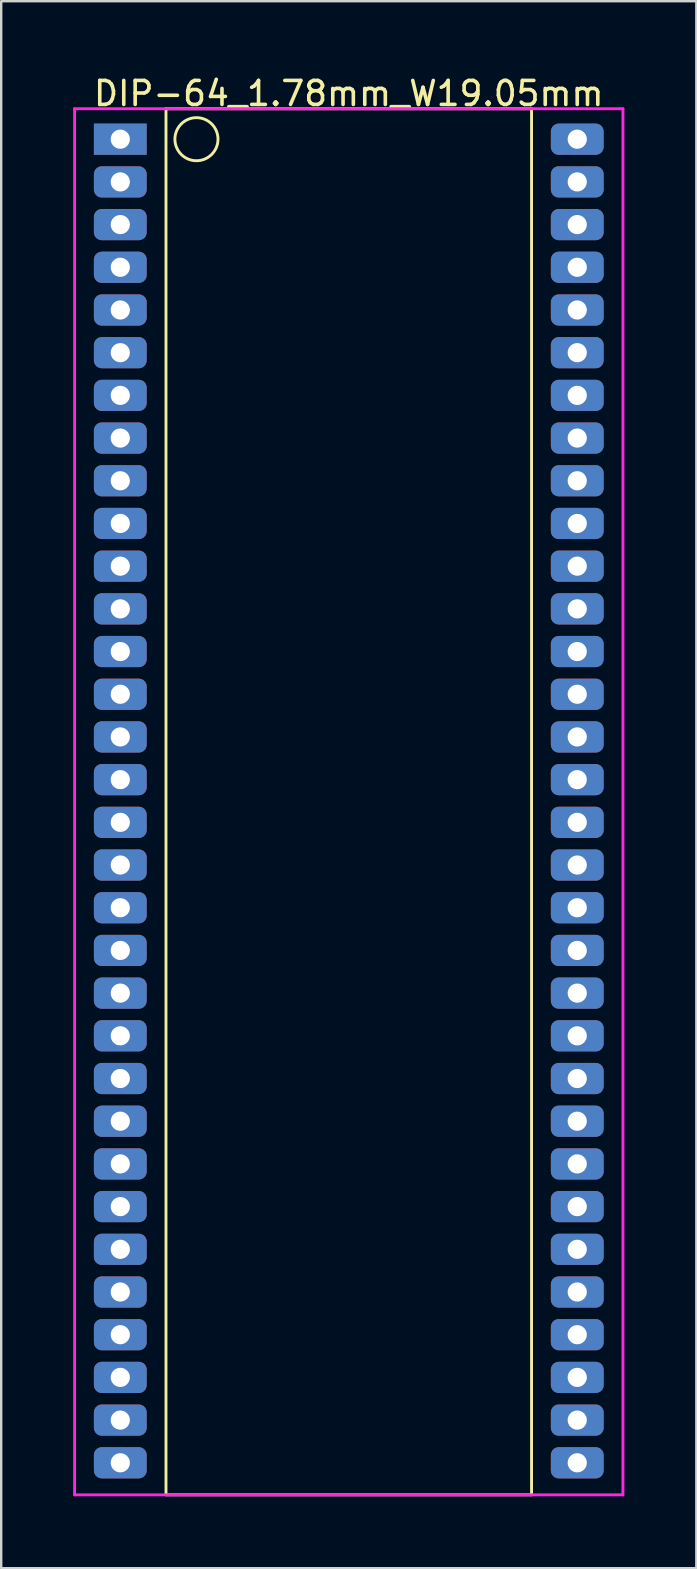
<source format=kicad_pcb>
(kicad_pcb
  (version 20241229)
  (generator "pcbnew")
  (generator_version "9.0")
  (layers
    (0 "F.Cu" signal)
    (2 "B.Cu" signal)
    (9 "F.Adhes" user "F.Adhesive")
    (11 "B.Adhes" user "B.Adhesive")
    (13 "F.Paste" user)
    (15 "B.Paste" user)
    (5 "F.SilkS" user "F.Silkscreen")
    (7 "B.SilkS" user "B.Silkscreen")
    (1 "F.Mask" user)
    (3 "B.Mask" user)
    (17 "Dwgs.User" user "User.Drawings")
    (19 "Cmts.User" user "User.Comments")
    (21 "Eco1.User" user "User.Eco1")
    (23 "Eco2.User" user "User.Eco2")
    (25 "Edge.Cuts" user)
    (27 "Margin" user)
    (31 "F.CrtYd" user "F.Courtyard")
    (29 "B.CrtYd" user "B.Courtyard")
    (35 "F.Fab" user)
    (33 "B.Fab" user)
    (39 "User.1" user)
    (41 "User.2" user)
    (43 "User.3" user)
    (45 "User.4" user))
  (footprint "DIP-64_1.78mm_W19.05mm"
    (layer "F.Cu")
    (at 1.965 2.753)
    (property "Reference" "DIP-64_1.78mm_W19.05mm" (at 9.525 -1.905 0) (layer "F.SilkS") (effects (font (size 1 1) (thickness 0.15))))
    (attr through_hole)
    (fp_line (start 1.905 -1.27) (end 17.145 -1.27) (stroke (width 0.12) (type solid)) (layer "F.SilkS"))
    (fp_line (start 1.905 56.515) (end 1.905 -1.27) (stroke (width 0.12) (type solid)) (layer "F.SilkS"))
    (fp_line (start 17.145 -1.27) (end 17.145 56.515) (stroke (width 0.12) (type solid)) (layer "F.SilkS"))
    (fp_line (start 17.145 56.515) (end 1.905 56.515) (stroke (width 0.12) (type solid)) (layer "F.SilkS"))
    (fp_circle (center 3.175 0) (end 2.54 -0.635) (stroke (width 0.12) (type solid)) (fill no) (layer "F.SilkS"))
    (fp_line (start -1.905 -1.27) (end -1.905 56.515) (stroke (width 0.12) (type solid)) (layer "F.CrtYd"))
    (fp_line (start -1.905 56.515) (end 20.955 56.515) (stroke (width 0.12) (type solid)) (layer "F.CrtYd"))
    (fp_line (start 20.955 -1.27) (end -1.905 -1.27) (stroke (width 0.12) (type solid)) (layer "F.CrtYd"))
    (fp_line (start 20.955 56.515) (end 20.955 -1.27) (stroke (width 0.12) (type solid)) (layer "F.CrtYd"))
    (pad "1" thru_hole rect (at 0 0) (size 2.2 1.3) (drill 0.8) (layers "*.Cu" "*.Mask"))
    (pad "2" thru_hole roundrect (at 0 1.78) (size 2.2 1.3) (drill 0.8) (layers "*.Cu" "*.Mask") (roundrect_rratio 0.25))
    (pad "3" thru_hole roundrect (at 0 3.56) (size 2.2 1.3) (drill 0.8) (layers "*.Cu" "*.Mask") (roundrect_rratio 0.25))
    (pad "4" thru_hole roundrect (at 0 5.34) (size 2.2 1.3) (drill 0.8) (layers "*.Cu" "*.Mask") (roundrect_rratio 0.25))
    (pad "5" thru_hole roundrect (at 0 7.12) (size 2.2 1.3) (drill 0.8) (layers "*.Cu" "*.Mask") (roundrect_rratio 0.25))
    (pad "6" thru_hole roundrect (at 0 8.9) (size 2.2 1.3) (drill 0.8) (layers "*.Cu" "*.Mask") (roundrect_rratio 0.25))
    (pad "7" thru_hole roundrect (at 0 10.68) (size 2.2 1.3) (drill 0.8) (layers "*.Cu" "*.Mask") (roundrect_rratio 0.25))
    (pad "8" thru_hole roundrect (at 0 12.46) (size 2.2 1.3) (drill 0.8) (layers "*.Cu" "*.Mask") (roundrect_rratio 0.25))
    (pad "9" thru_hole roundrect (at 0 14.24) (size 2.2 1.3) (drill 0.8) (layers "*.Cu" "*.Mask") (roundrect_rratio 0.25))
    (pad "10" thru_hole roundrect (at 0 16.02) (size 2.2 1.3) (drill 0.8) (layers "*.Cu" "*.Mask") (roundrect_rratio 0.25))
    (pad "11" thru_hole roundrect (at 0 17.8) (size 2.2 1.3) (drill 0.8) (layers "*.Cu" "*.Mask") (roundrect_rratio 0.25))
    (pad "12" thru_hole roundrect (at 0 19.58) (size 2.2 1.3) (drill 0.8) (layers "*.Cu" "*.Mask") (roundrect_rratio 0.25))
    (pad "13" thru_hole roundrect (at 0 21.36) (size 2.2 1.3) (drill 0.8) (layers "*.Cu" "*.Mask") (roundrect_rratio 0.25))
    (pad "14" thru_hole roundrect (at 0 23.14) (size 2.2 1.3) (drill 0.8) (layers "*.Cu" "*.Mask") (roundrect_rratio 0.25))
    (pad "15" thru_hole roundrect (at 0 24.92) (size 2.2 1.3) (drill 0.8) (layers "*.Cu" "*.Mask") (roundrect_rratio 0.25))
    (pad "16" thru_hole roundrect (at 0 26.7) (size 2.2 1.3) (drill 0.8) (layers "*.Cu" "*.Mask") (roundrect_rratio 0.25))
    (pad "17" thru_hole roundrect (at 0 28.48) (size 2.2 1.3) (drill 0.8) (layers "*.Cu" "*.Mask") (roundrect_rratio 0.25))
    (pad "18" thru_hole roundrect (at 0 30.26) (size 2.2 1.3) (drill 0.8) (layers "*.Cu" "*.Mask") (roundrect_rratio 0.25))
    (pad "19" thru_hole roundrect (at 0 32.04) (size 2.2 1.3) (drill 0.8) (layers "*.Cu" "*.Mask") (roundrect_rratio 0.25))
    (pad "20" thru_hole roundrect (at 0 33.82) (size 2.2 1.3) (drill 0.8) (layers "*.Cu" "*.Mask") (roundrect_rratio 0.25))
    (pad "21" thru_hole roundrect (at 0 35.6) (size 2.2 1.3) (drill 0.8) (layers "*.Cu" "*.Mask") (roundrect_rratio 0.25))
    (pad "22" thru_hole roundrect (at 0 37.38) (size 2.2 1.3) (drill 0.8) (layers "*.Cu" "*.Mask") (roundrect_rratio 0.25))
    (pad "23" thru_hole roundrect (at 0 39.16) (size 2.2 1.3) (drill 0.8) (layers "*.Cu" "*.Mask") (roundrect_rratio 0.25))
    (pad "24" thru_hole roundrect (at 0 40.94) (size 2.2 1.3) (drill 0.8) (layers "*.Cu" "*.Mask") (roundrect_rratio 0.25))
    (pad "25" thru_hole roundrect (at 0 42.72) (size 2.2 1.3) (drill 0.8) (layers "*.Cu" "*.Mask") (roundrect_rratio 0.25))
    (pad "26" thru_hole roundrect (at 0 44.5) (size 2.2 1.3) (drill 0.8) (layers "*.Cu" "*.Mask") (roundrect_rratio 0.25))
    (pad "27" thru_hole roundrect (at 0 46.28) (size 2.2 1.3) (drill 0.8) (layers "*.Cu" "*.Mask") (roundrect_rratio 0.25))
    (pad "28" thru_hole roundrect (at 0 48.06) (size 2.2 1.3) (drill 0.8) (layers "*.Cu" "*.Mask") (roundrect_rratio 0.25))
    (pad "29" thru_hole roundrect (at 0 49.84) (size 2.2 1.3) (drill 0.8) (layers "*.Cu" "*.Mask") (roundrect_rratio 0.25))
    (pad "30" thru_hole roundrect (at 0 51.62) (size 2.2 1.3) (drill 0.8) (layers "*.Cu" "*.Mask") (roundrect_rratio 0.25))
    (pad "31" thru_hole roundrect (at 0 53.4) (size 2.2 1.3) (drill 0.8) (layers "*.Cu" "*.Mask") (roundrect_rratio 0.25))
    (pad "32" thru_hole roundrect (at 0 55.18) (size 2.2 1.3) (drill 0.8) (layers "*.Cu" "*.Mask") (roundrect_rratio 0.25))
    (pad "33" thru_hole roundrect (at 19.05 55.18) (size 2.2 1.3) (drill 0.8) (layers "*.Cu" "*.Mask") (roundrect_rratio 0.25))
    (pad "34" thru_hole roundrect (at 19.05 53.4) (size 2.2 1.3) (drill 0.8) (layers "*.Cu" "*.Mask") (roundrect_rratio 0.25))
    (pad "35" thru_hole roundrect (at 19.05 51.62) (size 2.2 1.3) (drill 0.8) (layers "*.Cu" "*.Mask") (roundrect_rratio 0.25))
    (pad "36" thru_hole roundrect (at 19.05 49.84) (size 2.2 1.3) (drill 0.8) (layers "*.Cu" "*.Mask") (roundrect_rratio 0.25))
    (pad "37" thru_hole roundrect (at 19.05 48.06) (size 2.2 1.3) (drill 0.8) (layers "*.Cu" "*.Mask") (roundrect_rratio 0.25))
    (pad "38" thru_hole roundrect (at 19.05 46.28) (size 2.2 1.3) (drill 0.8) (layers "*.Cu" "*.Mask") (roundrect_rratio 0.25))
    (pad "39" thru_hole roundrect (at 19.05 44.5) (size 2.2 1.3) (drill 0.8) (layers "*.Cu" "*.Mask") (roundrect_rratio 0.25))
    (pad "40" thru_hole roundrect (at 19.05 42.72) (size 2.2 1.3) (drill 0.8) (layers "*.Cu" "*.Mask") (roundrect_rratio 0.25))
    (pad "41" thru_hole roundrect (at 19.05 40.94) (size 2.2 1.3) (drill 0.8) (layers "*.Cu" "*.Mask") (roundrect_rratio 0.25))
    (pad "42" thru_hole roundrect (at 19.05 39.16) (size 2.2 1.3) (drill 0.8) (layers "*.Cu" "*.Mask") (roundrect_rratio 0.25))
    (pad "43" thru_hole roundrect (at 19.05 37.38) (size 2.2 1.3) (drill 0.8) (layers "*.Cu" "*.Mask") (roundrect_rratio 0.25))
    (pad "44" thru_hole roundrect (at 19.05 35.6) (size 2.2 1.3) (drill 0.8) (layers "*.Cu" "*.Mask") (roundrect_rratio 0.25))
    (pad "45" thru_hole roundrect (at 19.05 33.82) (size 2.2 1.3) (drill 0.8) (layers "*.Cu" "*.Mask") (roundrect_rratio 0.25))
    (pad "46" thru_hole roundrect (at 19.05 32.04) (size 2.2 1.3) (drill 0.8) (layers "*.Cu" "*.Mask") (roundrect_rratio 0.25))
    (pad "47" thru_hole roundrect (at 19.05 30.26) (size 2.2 1.3) (drill 0.8) (layers "*.Cu" "*.Mask") (roundrect_rratio 0.25))
    (pad "48" thru_hole roundrect (at 19.05 28.48) (size 2.2 1.3) (drill 0.8) (layers "*.Cu" "*.Mask") (roundrect_rratio 0.25))
    (pad "49" thru_hole roundrect (at 19.05 26.7) (size 2.2 1.3) (drill 0.8) (layers "*.Cu" "*.Mask") (roundrect_rratio 0.25))
    (pad "50" thru_hole roundrect (at 19.05 24.92) (size 2.2 1.3) (drill 0.8) (layers "*.Cu" "*.Mask") (roundrect_rratio 0.25))
    (pad "51" thru_hole roundrect (at 19.05 23.14) (size 2.2 1.3) (drill 0.8) (layers "*.Cu" "*.Mask") (roundrect_rratio 0.25))
    (pad "52" thru_hole roundrect (at 19.05 21.36) (size 2.2 1.3) (drill 0.8) (layers "*.Cu" "*.Mask") (roundrect_rratio 0.25))
    (pad "53" thru_hole roundrect (at 19.05 19.58) (size 2.2 1.3) (drill 0.8) (layers "*.Cu" "*.Mask") (roundrect_rratio 0.25))
    (pad "54" thru_hole roundrect (at 19.05 17.8) (size 2.2 1.3) (drill 0.8) (layers "*.Cu" "*.Mask") (roundrect_rratio 0.25))
    (pad "55" thru_hole roundrect (at 19.05 16.02) (size 2.2 1.3) (drill 0.8) (layers "*.Cu" "*.Mask") (roundrect_rratio 0.25))
    (pad "56" thru_hole roundrect (at 19.05 14.24) (size 2.2 1.3) (drill 0.8) (layers "*.Cu" "*.Mask") (roundrect_rratio 0.25))
    (pad "57" thru_hole roundrect (at 19.05 12.46) (size 2.2 1.3) (drill 0.8) (layers "*.Cu" "*.Mask") (roundrect_rratio 0.25))
    (pad "58" thru_hole roundrect (at 19.05 10.68) (size 2.2 1.3) (drill 0.8) (layers "*.Cu" "*.Mask") (roundrect_rratio 0.25))
    (pad "59" thru_hole roundrect (at 19.05 8.9) (size 2.2 1.3) (drill 0.8) (layers "*.Cu" "*.Mask") (roundrect_rratio 0.25))
    (pad "60" thru_hole roundrect (at 19.05 7.12) (size 2.2 1.3) (drill 0.8) (layers "*.Cu" "*.Mask") (roundrect_rratio 0.25))
    (pad "61" thru_hole roundrect (at 19.05 5.34) (size 2.2 1.3) (drill 0.8) (layers "*.Cu" "*.Mask") (roundrect_rratio 0.25))
    (pad "62" thru_hole roundrect (at 19.05 3.56) (size 2.2 1.3) (drill 0.8) (layers "*.Cu" "*.Mask") (roundrect_rratio 0.25))
    (pad "63" thru_hole roundrect (at 19.05 1.78) (size 2.2 1.3) (drill 0.8) (layers "*.Cu" "*.Mask") (roundrect_rratio 0.25))
    (pad "64" thru_hole roundrect (at 19.05 0) (size 2.2 1.3) (drill 0.8) (layers "*.Cu" "*.Mask") (roundrect_rratio 0.25)))
  (gr_rect
    (start -3 -3)
    (end 25.98 62.328)
    (stroke (width 0.1) (type default))
    (fill no)
    (layer "Edge.Cuts")))
</source>
